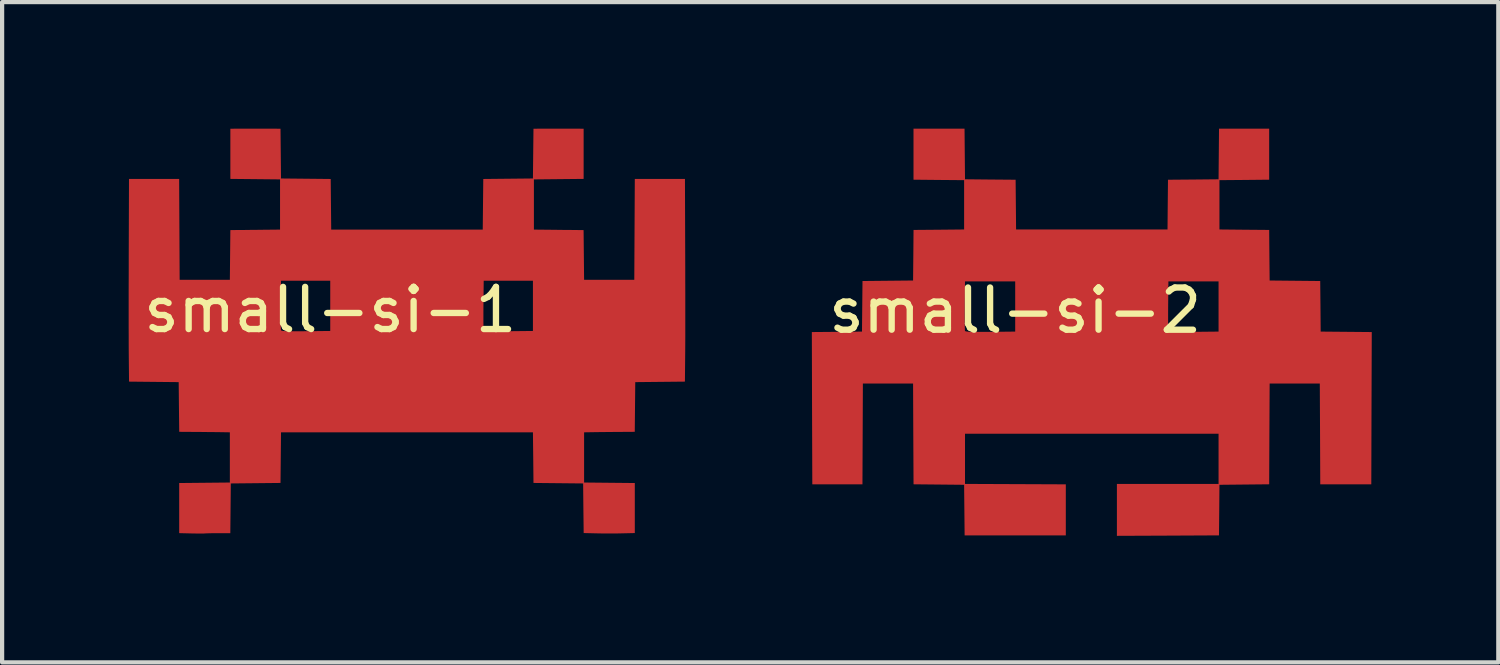
<source format=kicad_pcb>
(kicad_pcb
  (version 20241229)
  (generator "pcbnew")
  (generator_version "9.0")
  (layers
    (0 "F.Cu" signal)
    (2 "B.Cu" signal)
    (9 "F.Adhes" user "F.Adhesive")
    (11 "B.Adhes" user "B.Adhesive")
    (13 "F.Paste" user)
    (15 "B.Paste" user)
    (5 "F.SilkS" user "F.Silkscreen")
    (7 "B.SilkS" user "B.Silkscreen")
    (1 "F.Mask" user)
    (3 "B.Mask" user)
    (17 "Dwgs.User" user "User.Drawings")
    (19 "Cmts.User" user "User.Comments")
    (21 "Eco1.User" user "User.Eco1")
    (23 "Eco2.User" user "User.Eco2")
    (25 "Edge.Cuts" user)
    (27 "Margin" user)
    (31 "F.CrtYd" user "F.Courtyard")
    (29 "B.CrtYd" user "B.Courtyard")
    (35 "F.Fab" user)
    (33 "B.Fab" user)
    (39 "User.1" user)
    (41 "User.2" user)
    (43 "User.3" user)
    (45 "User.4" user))
  (footprint "small-si-2"
    (layer "F.Cu")
    (at 21.017 4.811)
    (property "Reference" "small-si-2" (at 0 -0.5 0) (unlocked yes) (layer "F.SilkS") (effects (font (size 1 1) (thickness 0.15))))
    (fp_poly (pts (xy -1.19 -3.611) (xy -0.59 -3.605) (xy 0.01 -3.6) (xy 0.021 -2.421) (xy 3.611 -2.421) (xy 3.616 -3.01) (xy 3.622 -3.6) (xy 4.221 -3.605) (xy 4.821 -3.611) (xy 4.832 -4.811) (xy 6.021 -4.811) (xy 6.021 -3.601) (xy 5.432 -3.595) (xy 4.842 -3.59) (xy 4.842 -2.421) (xy 5.431 -2.415) (xy 6.021 -2.41) (xy 6.026 -1.81) (xy 6.032 -1.211) (xy 6.631 -1.205) (xy 7.231 -1.199) (xy 7.237 -0.6) (xy 7.242 0) (xy 8.453 0.011) (xy 8.447 1.816) (xy 8.442 3.621) (xy 7.232 3.621) (xy 7.227 2.426) (xy 7.221 1.231) (xy 6.032 1.231) (xy 6.026 2.426) (xy 6.021 3.62) (xy 4.842 3.632) (xy 4.837 4.231) (xy 4.831 4.831) (xy 3.621 4.837) (xy 2.411 4.842) (xy 2.411 4.226) (xy 2.411 3.611) (xy 4.821 3.611) (xy 4.821 2.421) (xy -1.19 2.421) (xy -1.19 3.611) (xy 0.005 3.616) (xy 1.2 3.621) (xy 1.2 4.832) (xy -1.199 4.832) (xy -1.205 4.232) (xy -1.211 3.632) (xy -1.81 3.626) (xy -2.41 3.62) (xy -2.416 2.426) (xy -2.421 1.231) (xy -3.611 1.231) (xy -3.616 2.426) (xy -3.621 3.621) (xy -4.81 3.621) (xy -4.816 1.816) (xy -4.821 0.011) (xy -4.226 0.006) (xy -3.632 0) (xy -3.629 -0.326) (xy -1.197 -0.326) (xy -1.196 -0.206) (xy -1.195 -0.111) (xy -1.193 -0.046) (xy -1.191 -0.016) (xy -1.191 -0.016) (xy -1.179 -0.008) (xy -1.149 -0.001) (xy -1.096 0.003) (xy -1.016 0.006) (xy -0.906 0.007) (xy -0.763 0.007) (xy -0.59 0.006) (xy 0 0) (xy 0 -0.326) (xy 3.625 -0.326) (xy 3.625 -0.206) (xy 3.626 -0.111) (xy 3.628 -0.046) (xy 3.631 -0.016) (xy 3.631 -0.016) (xy 3.642 -0.008) (xy 3.673 -0.001) (xy 3.726 0.003) (xy 3.805 0.006) (xy 3.915 0.007) (xy 4.059 0.007) (xy 4.231 0.006) (xy 4.821 0) (xy 4.821 -1.19) (xy 3.632 -1.19) (xy 3.626 -0.616) (xy 3.625 -0.464) (xy 3.625 -0.326) (xy 0 -0.326) (xy 0 -1.19) (xy -1.19 -1.19) (xy -1.195 -0.616) (xy -1.196 -0.464) (xy -1.197 -0.326) (xy -3.629 -0.326) (xy -3.626 -0.6) (xy -3.62 -1.199) (xy -3.021 -1.205) (xy -2.421 -1.211) (xy -2.415 -1.81) (xy -2.41 -2.41) (xy -1.81 -2.415) (xy -1.211 -2.421) (xy -1.211 -3.59) (xy -1.811 -3.595) (xy -2.411 -3.601) (xy -2.411 -4.811) (xy -1.201 -4.811)) (stroke (width 0) (type solid)) (fill yes) (layer "F.Cu")))
  (footprint "small-si-1"
    (layer "F.Cu")
    (at 4.779 4.796)
    (property "Reference" "small-si-1" (at 0 -0.5 0) (unlocked yes) (layer "F.SilkS") (effects (font (size 1 1) (thickness 0.15))))
    (fp_poly (pts (xy 5.597 -4.796) (xy 5.724 -4.795) (xy 5.829 -4.795) (xy 5.904 -4.795) (xy 5.927 -4.795) (xy 6.007 -4.794) (xy 6.007 -3.605) (xy 4.828 -3.593) (xy 4.828 -2.403) (xy 5.332 -2.398) (xy 5.484 -2.396) (xy 5.627 -2.395) (xy 5.75 -2.394) (xy 5.847 -2.393) (xy 5.909 -2.392) (xy 5.921 -2.392) (xy 6.006 -2.391) (xy 6.012 -1.802) (xy 6.018 -1.213) (xy 7.208 -1.213) (xy 7.214 -2.408) (xy 7.22 -3.604) (xy 8.409 -3.604) (xy 8.415 -1.802) (xy 8.416 -1.5) (xy 8.416 -1.199) (xy 8.417 -0.902) (xy 8.417 -0.615) (xy 8.417 -0.343) (xy 8.417 -0.091) (xy 8.417 0.135) (xy 8.416 0.33) (xy 8.415 0.489) (xy 8.414 0.6) (xy 8.408 1.201) (xy 7.819 1.207) (xy 7.231 1.213) (xy 7.225 1.802) (xy 7.219 2.391) (xy 6.927 2.393) (xy 6.782 2.394) (xy 6.613 2.395) (xy 6.445 2.397) (xy 6.327 2.398) (xy 6.018 2.403) (xy 6.018 3.593) (xy 6.619 3.599) (xy 7.22 3.605) (xy 7.22 4.791) (xy 6.918 4.798) (xy 6.766 4.801) (xy 6.592 4.801) (xy 6.422 4.8) (xy 6.312 4.798) (xy 6.008 4.791) (xy 6.001 4.203) (xy 5.995 3.615) (xy 4.818 3.603) (xy 4.812 3.003) (xy 4.805 2.403) (xy -1.167 2.403) (xy -1.173 3.003) (xy -1.179 3.603) (xy -2.357 3.615) (xy -2.363 4.205) (xy -2.369 4.794) (xy -2.653 4.794) (xy -2.764 4.794) (xy -2.86 4.796) (xy -2.931 4.798) (xy -2.967 4.8) (xy -2.967 4.8) (xy -3.001 4.802) (xy -3.07 4.803) (xy -3.166 4.802) (xy -3.278 4.8) (xy -3.289 4.8) (xy -3.581 4.793) (xy -3.581 3.605) (xy -2.38 3.593) (xy -2.38 2.403) (xy -2.689 2.398) (xy -2.84 2.397) (xy -3.01 2.395) (xy -3.176 2.393) (xy -3.289 2.393) (xy -3.58 2.391) (xy -3.587 1.802) (xy -3.593 1.213) (xy -4.181 1.207) (xy -4.77 1.201) (xy -4.776 0.6) (xy -4.777 0.478) (xy -4.778 0.316) (xy -4.778 0.118) (xy -4.779 -0.11) (xy -4.779 -0.316) (xy -1.175 -0.316) (xy -1.174 -0.193) (xy -1.173 -0.098) (xy -1.17 -0.037) (xy -1.168 -0.017) (xy -1.155 -0.008) (xy -1.121 -0.001) (xy -1.062 0.004) (xy -0.973 0.007) (xy -0.85 0.008) (xy -0.688 0.007) (xy -0.578 0.006) (xy 0 0) (xy 0 -0.316) (xy 3.631 -0.316) (xy 3.631 -0.193) (xy 3.633 -0.098) (xy 3.635 -0.037) (xy 3.637 -0.017) (xy 3.65 -0.008) (xy 3.684 -0.001) (xy 3.743 0.004) (xy 3.832 0.007) (xy 3.956 0.008) (xy 4.117 0.007) (xy 4.227 0.006) (xy 4.805 0) (xy 4.805 -1.19) (xy 3.638 -1.19) (xy 3.632 -0.618) (xy 3.631 -0.46) (xy 3.631 -0.316) (xy 0 -0.316) (xy 0 -1.19) (xy -1.167 -1.19) (xy -1.173 -0.618) (xy -1.174 -0.46) (xy -1.175 -0.316) (xy -4.779 -0.316) (xy -4.779 -0.363) (xy -4.779 -0.637) (xy -4.779 -0.924) (xy -4.778 -1.222) (xy -4.777 -1.524) (xy -4.777 -1.802) (xy -4.771 -3.604) (xy -3.582 -3.604) (xy -3.576 -2.408) (xy -3.57 -1.213) (xy -2.38 -1.213) (xy -2.374 -1.802) (xy -2.368 -2.391) (xy -2.282 -2.392) (xy -2.234 -2.393) (xy -2.149 -2.393) (xy -2.034 -2.394) (xy -1.897 -2.396) (xy -1.747 -2.397) (xy -1.693 -2.398) (xy -1.19 -2.403) (xy -1.19 -3.593) (xy -1.779 -3.599) (xy -2.368 -3.605) (xy -2.368 -4.794) (xy -2.288 -4.795) (xy -2.234 -4.795) (xy -2.144 -4.795) (xy -2.027 -4.795) (xy -1.893 -4.796) (xy -1.751 -4.796) (xy -1.61 -4.796) (xy -1.481 -4.795) (xy -1.373 -4.795) (xy -1.296 -4.795) (xy -1.27 -4.795) (xy -1.179 -4.794) (xy -1.173 -4.205) (xy -1.167 -3.615) (xy -0.578 -3.609) (xy 0.011 -3.603) (xy 0.017 -3.003) (xy 0.023 -2.403) (xy 3.615 -2.403) (xy 3.628 -3.603) (xy 4.217 -3.609) (xy 4.805 -3.615) (xy 4.818 -4.794) (xy 4.909 -4.795) (xy 4.967 -4.795) (xy 5.06 -4.795) (xy 5.18 -4.795) (xy 5.315 -4.796) (xy 5.457 -4.796)) (stroke (width 0) (type solid)) (fill yes) (layer "F.Cu")))
  (gr_rect
    (start -3 -3)
    (end 32.47 12.653)
    (stroke (width 0.1) (type default))
    (fill no)
    (layer "Edge.Cuts")))
</source>
